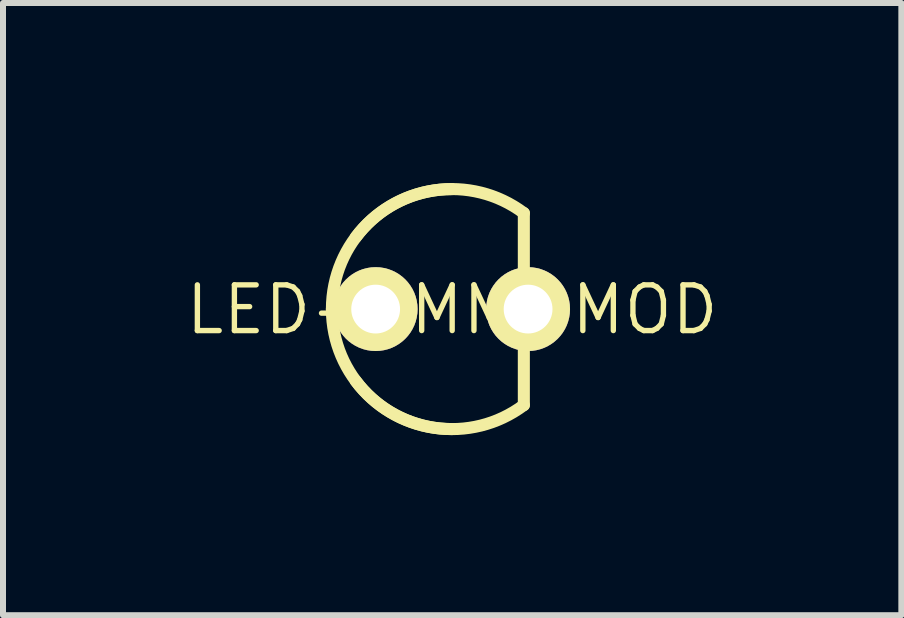
<source format=kicad_pcb>
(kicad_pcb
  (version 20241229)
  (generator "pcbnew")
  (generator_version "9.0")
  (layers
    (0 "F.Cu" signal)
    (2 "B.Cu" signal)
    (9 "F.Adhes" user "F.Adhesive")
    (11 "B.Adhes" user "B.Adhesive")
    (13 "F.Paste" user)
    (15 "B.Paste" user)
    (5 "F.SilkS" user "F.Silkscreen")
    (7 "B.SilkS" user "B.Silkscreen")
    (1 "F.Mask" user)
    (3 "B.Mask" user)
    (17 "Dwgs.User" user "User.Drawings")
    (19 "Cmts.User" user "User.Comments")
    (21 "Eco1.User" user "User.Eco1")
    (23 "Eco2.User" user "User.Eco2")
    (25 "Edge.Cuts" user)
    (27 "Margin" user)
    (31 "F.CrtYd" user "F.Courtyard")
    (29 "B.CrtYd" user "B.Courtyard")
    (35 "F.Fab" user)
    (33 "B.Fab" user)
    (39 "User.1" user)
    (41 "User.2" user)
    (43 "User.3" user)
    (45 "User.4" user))
  (footprint "LED-3MM-MOD"
    (layer "F.Cu")
    (at 4.479 2.1)
    (property "Reference" "LED-3MM-MOD" (at 0.005 0.01 0) (layer "F.SilkS") (effects (font (size 0.762 0.762) (thickness 0.089))))
    (attr exclude_from_pos_files exclude_from_bom)
    (fp_line (start 1.199 -1.6) (end 1.199 1.6) (stroke (width 0.201) (type solid)) (layer "F.SilkS"))
    (fp_arc (start -1.99898 0) (mid -1.413492 -1.413492) (end 0 -1.99898) (stroke (width 0.20066) (type solid)) (layer "F.SilkS"))
    (fp_arc (start -1.6002 -1.19888) (mid -0.283776 -1.979248) (end 1.19888 -1.6002) (stroke (width 0.20066) (type solid)) (layer "F.SilkS"))
    (fp_arc (start 0 1.99898) (mid -1.413492 1.413492) (end -1.99898 0) (stroke (width 0.20066) (type solid)) (layer "F.SilkS"))
    (fp_arc (start 1.19888 1.6002) (mid -0.283776 1.979248) (end -1.6002 1.19888) (stroke (width 0.20066) (type solid)) (layer "F.SilkS"))
    (pad "1" thru_hole circle (at -1.27 0) (size 1.397 1.397) (drill 0.813) (layers "*.Cu" "F.Mask" "F.SilkS" "F.Paste"))
    (pad "2" thru_hole circle (at 1.27 0) (size 1.397 1.397) (drill 0.813) (layers "*.Cu" "F.Mask" "F.SilkS" "F.Paste")))
  (gr_rect
    (start -3 -3)
    (end 11.968 7.2)
    (stroke (width 0.1) (type default))
    (fill no)
    (layer "Edge.Cuts")))
</source>
